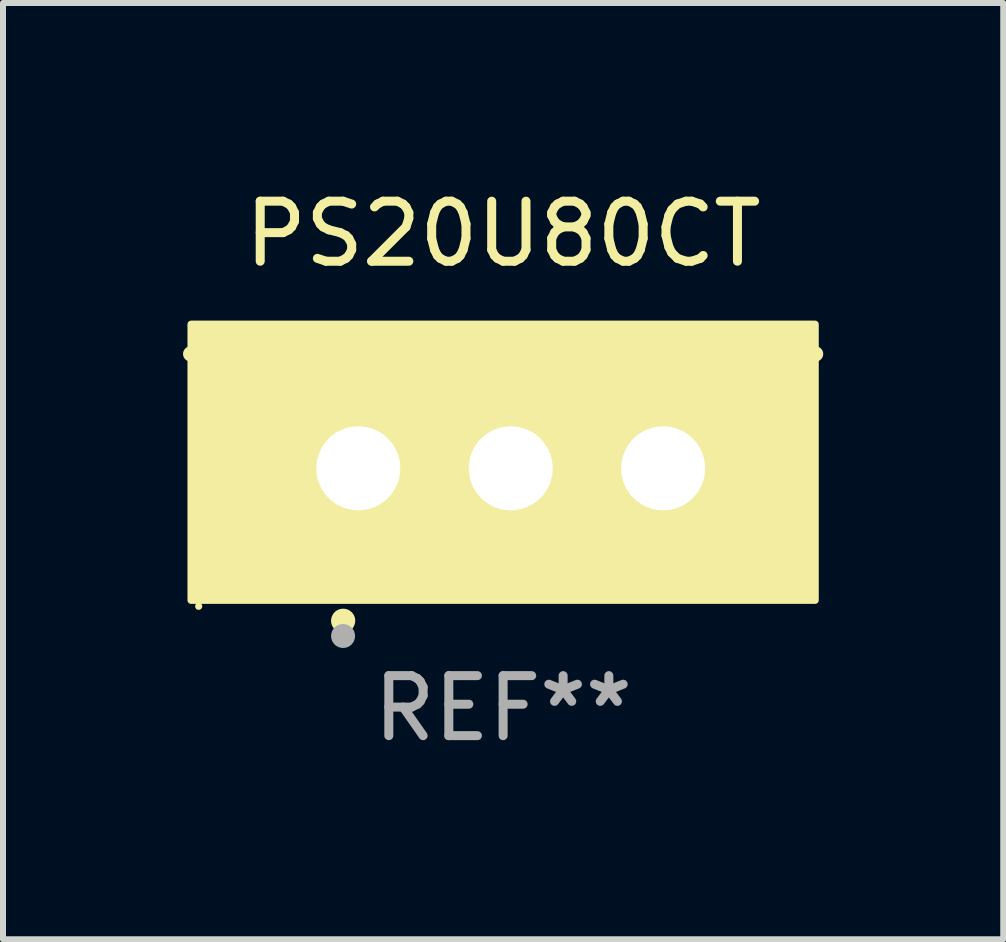
<source format=kicad_pcb>
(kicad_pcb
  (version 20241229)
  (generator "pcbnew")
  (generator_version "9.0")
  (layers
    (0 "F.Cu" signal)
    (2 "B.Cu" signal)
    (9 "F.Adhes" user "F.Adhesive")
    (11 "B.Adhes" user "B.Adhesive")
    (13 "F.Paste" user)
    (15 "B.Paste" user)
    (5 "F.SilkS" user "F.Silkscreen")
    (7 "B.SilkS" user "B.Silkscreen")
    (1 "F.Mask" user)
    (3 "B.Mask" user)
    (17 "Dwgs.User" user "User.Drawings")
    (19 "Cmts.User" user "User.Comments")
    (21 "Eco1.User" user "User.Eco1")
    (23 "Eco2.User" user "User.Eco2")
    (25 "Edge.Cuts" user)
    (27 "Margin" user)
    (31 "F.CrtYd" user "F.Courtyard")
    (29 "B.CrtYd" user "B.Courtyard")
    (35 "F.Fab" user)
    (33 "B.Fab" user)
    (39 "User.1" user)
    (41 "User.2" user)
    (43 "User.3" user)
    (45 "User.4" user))
  (footprint "PS20U80CT"
    (layer "F.Cu")
    (at 5.334 3.801)
    (property "Reference" "PS20U80CT" (at 0 -2.953 0) (layer "F.SilkS") (effects (font (size 1 1) (thickness 0.15))))
    (attr through_hole)
    (fp_line (start 5.207 -0.953) (end -5.207 -0.953) (stroke (width 0.254) (type solid)) (layer "F.SilkS"))
    (fp_arc (start -2.66698 3.49252) (mid -2.66571 3.492516) (end -2.66444 3.49252) (stroke (width 0.4) (type solid)) (layer "F.SilkS"))
    (fp_circle (center -5.073 3.252) (end -5.043 3.252) (stroke (width 0.06) (type solid)) (fill no) (layer "F.SilkS"))
    (fp_poly (pts (xy -5.2 -1.448) (xy 5.2 -1.448) (xy 5.2 3.152) (xy -5.2 3.152)) (stroke (width 0.12) (type solid)) (fill yes) (layer "F.SilkS"))
    (fp_circle (center -2.667 3.747) (end -2.567 3.747) (stroke (width 0.2) (type solid)) (fill no) (layer "F.Fab"))
    (fp_text user "REF**" (at 0 4.953 0) (layer "F.Fab") (effects (font (size 1 1) (thickness 0.15))))
    (pad "1" thru_hole rect (at -2.413 0.953) (size 2 2.5) (drill 1.4) (layers "*.Cu" "*.Mask"))
    (pad "2" thru_hole oval (at 0.127 0.953) (size 2 2.5) (drill 1.4) (layers "*.Cu" "*.Mask"))
    (pad "3" thru_hole oval (at 2.667 0.953) (size 2 2.5) (drill 1.4) (layers "*.Cu" "*.Mask")))
  (gr_rect
    (start -3 -3)
    (end 13.668 12.602)
    (stroke (width 0.1) (type default))
    (fill no)
    (layer "Edge.Cuts")))
</source>
